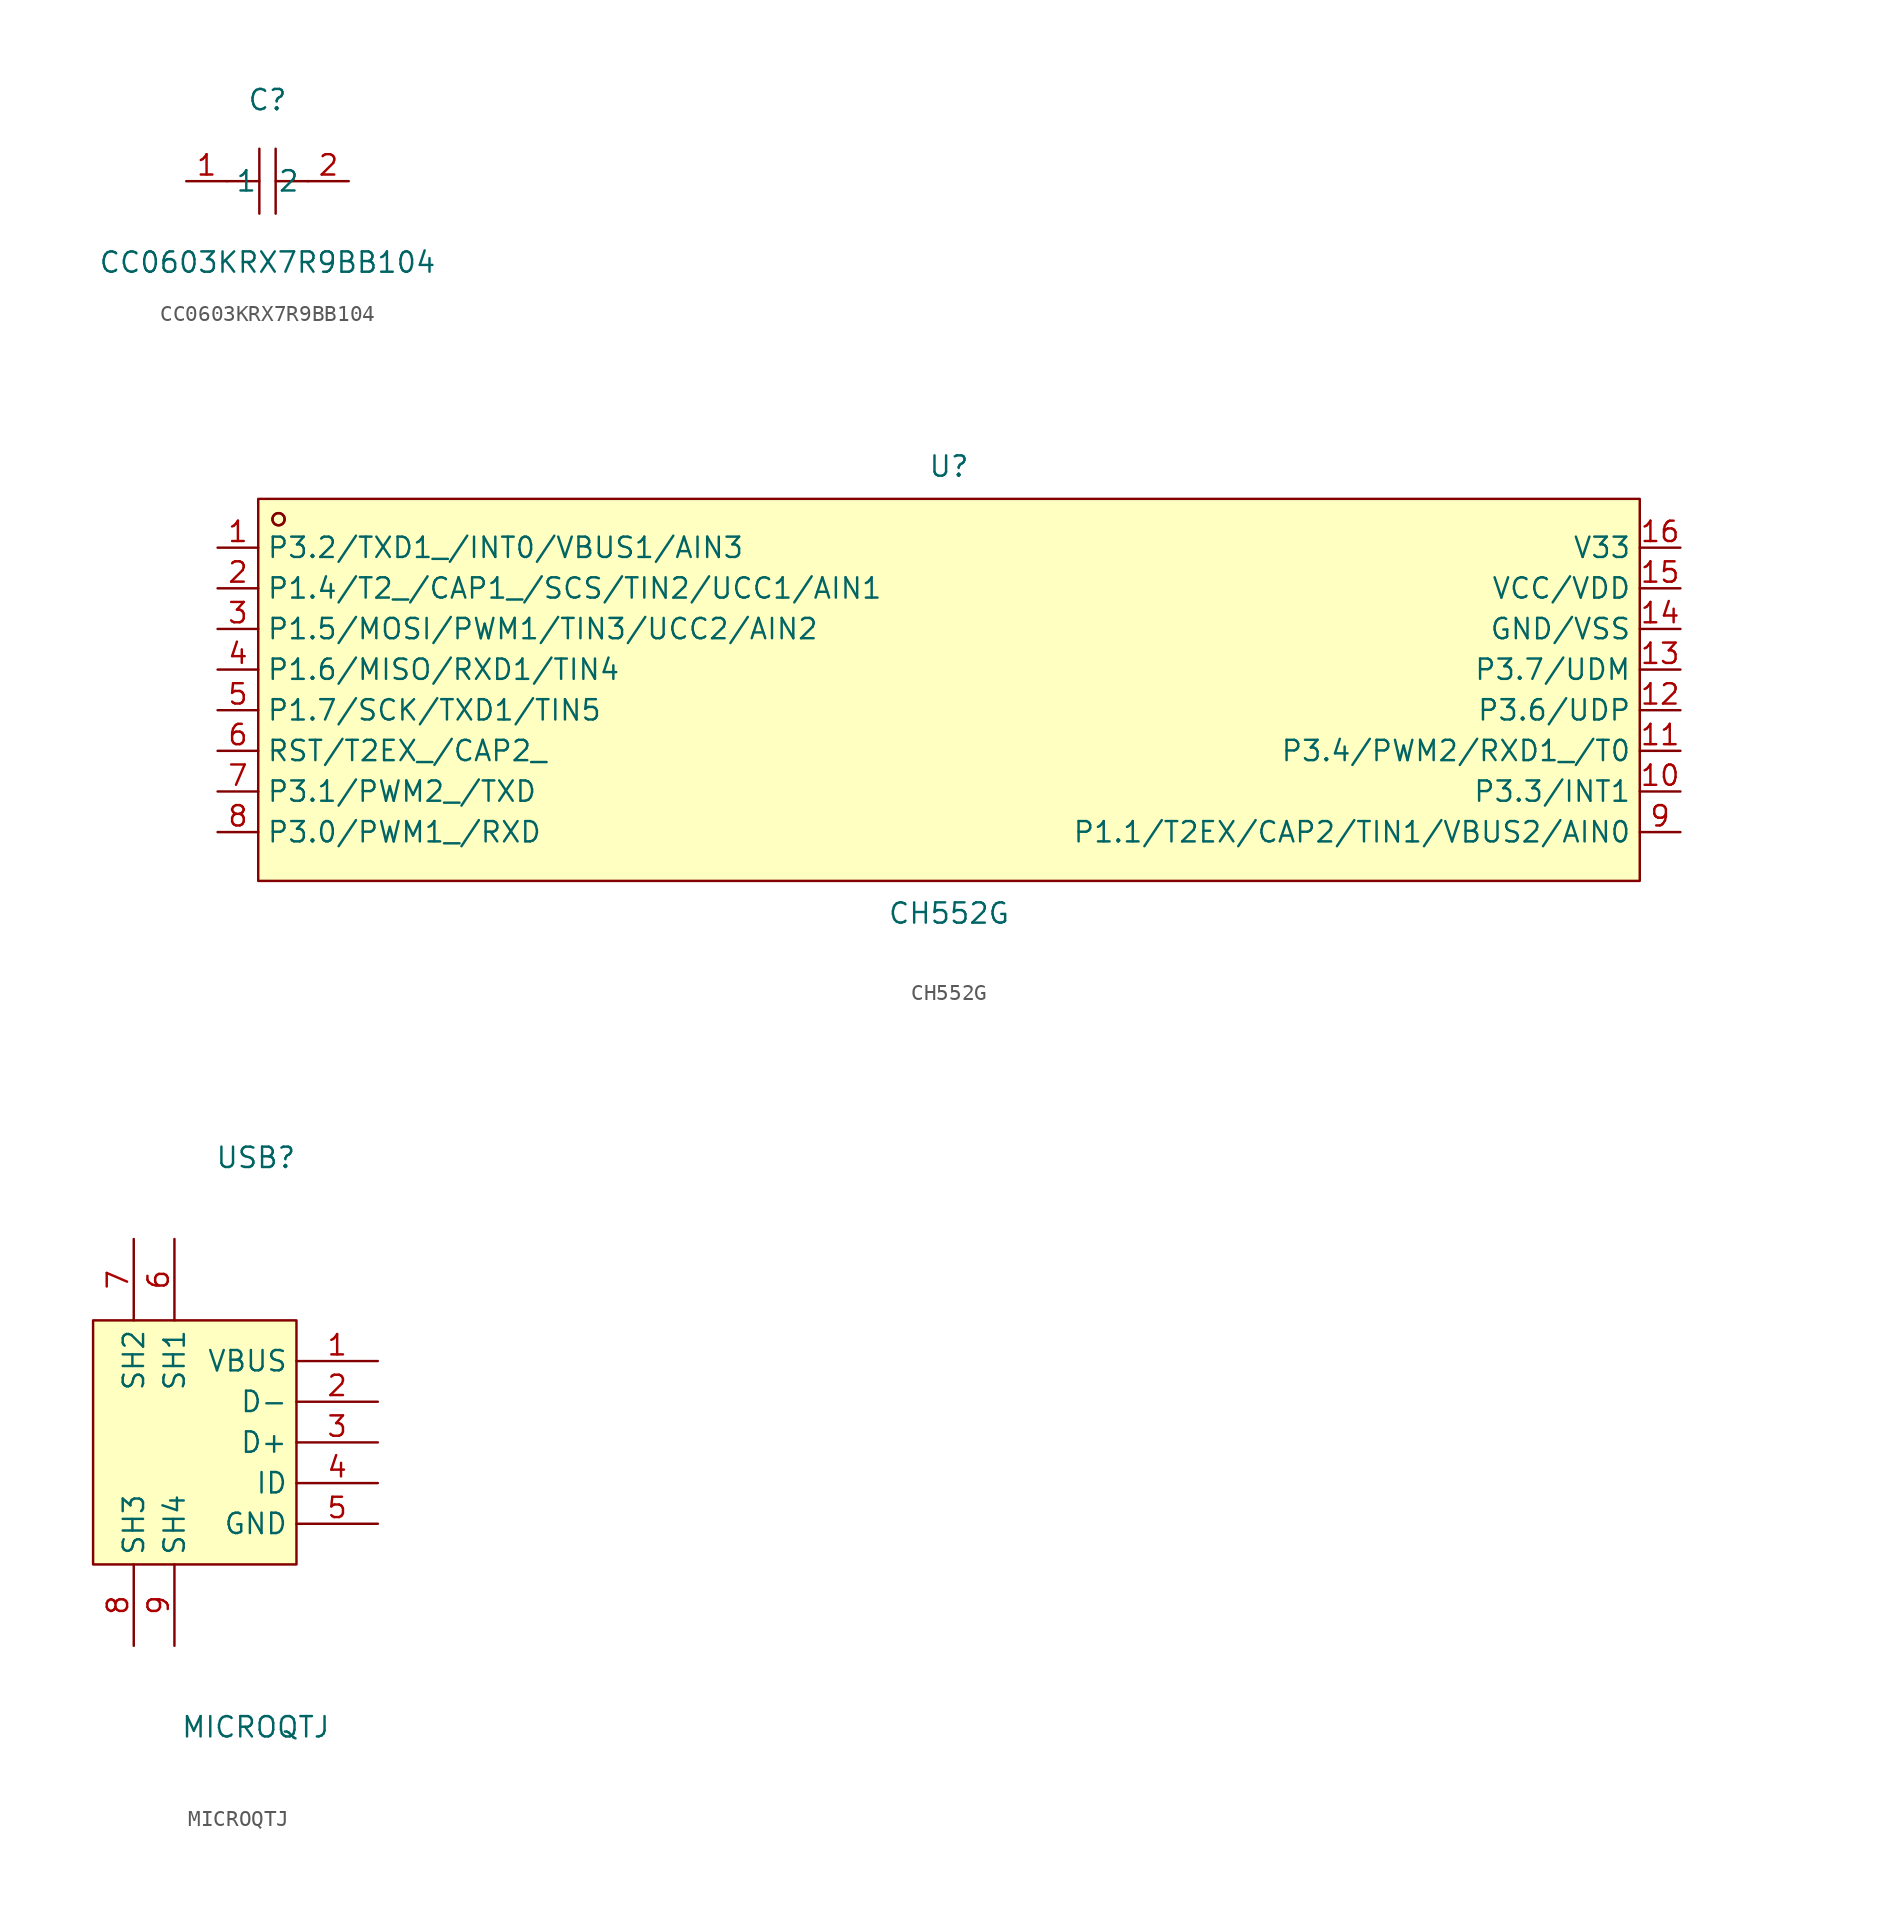
<source format=kicad_sym>
(kicad_symbol_lib
  (version 20211014)
  (generator https://github.com/uPesy/easyeda2kicad.py)
  (symbol "CC0603KRX7R9BB104"
    (property "Reference" "C"
      (at 0 5.08 0)
      (effects (font (size 1.27 1.27))))
    (property "Value" "CC0603KRX7R9BB104"
      (at 0 -5.08 0)
      (effects (font (size 1.27 1.27))))
    (symbol "CC0603KRX7R9BB104_0_1"
      (polyline (pts (xy -0.51 -2.03) (xy -0.51 2.03)) (stroke (width 0) (type default) (color 0 0 0 0)) (fill (type none)))
      (polyline (pts (xy 2.54 -0.00) (xy 0.51 -0.00)) (stroke (width 0) (type default) (color 0 0 0 0)) (fill (type none)))
      (polyline (pts (xy 0.51 2.03) (xy 0.51 -2.03)) (stroke (width 0) (type default) (color 0 0 0 0)) (fill (type none)))
      (polyline (pts (xy -0.51 -0.00) (xy -2.54 -0.00)) (stroke (width 0) (type default) (color 0 0 0 0)) (fill (type none)))
      (pin unspecified line (at -5.08 -0.00 0) (length 2.54) (name "1" (effects (font (size 1.27 1.27)))) (number "1" (effects (font (size 1.27 1.27)))))
      (pin unspecified line (at 5.08 -0.00 180) (length 2.54) (name "2" (effects (font (size 1.27 1.27)))) (number "2" (effects (font (size 1.27 1.27)))))))
  (symbol "CH552G"
    (property "Reference" "U"
      (at 0 13.97 0)
      (effects (font (size 1.27 1.27))))
    (property "Value" "CH552G"
      (at 0 -13.97 0)
      (effects (font (size 1.27 1.27))))
    (symbol "CH552G_0_1"
      (rectangle (start -43.18 11.94) (end 43.18 -11.94) (stroke (width 0) (type default) (color 0 0 0 0)) (fill (type background)))
      (circle (center -41.91 10.67) (radius 0.38) (stroke (width 0) (type default) (color 0 0 0 0)) (fill (type none)))
      (circle (center -41.91 10.67) (radius 0.38) (stroke (width 0) (type default) (color 0 0 0 0)) (fill (type none)))
      (pin unspecified line (at -45.72 8.89 0) (length 2.54) (name "P3.2/TXD1_/INT0/VBUS1/AIN3" (effects (font (size 1.27 1.27)))) (number "1" (effects (font (size 1.27 1.27)))))
      (pin unspecified line (at -45.72 6.35 0) (length 2.54) (name "P1.4/T2_/CAP1_/SCS/TIN2/UCC1/AIN1" (effects (font (size 1.27 1.27)))) (number "2" (effects (font (size 1.27 1.27)))))
      (pin unspecified line (at -45.72 3.81 0) (length 2.54) (name "P1.5/MOSI/PWM1/TIN3/UCC2/AIN2" (effects (font (size 1.27 1.27)))) (number "3" (effects (font (size 1.27 1.27)))))
      (pin unspecified line (at -45.72 1.27 0) (length 2.54) (name "P1.6/MISO/RXD1/TIN4" (effects (font (size 1.27 1.27)))) (number "4" (effects (font (size 1.27 1.27)))))
      (pin unspecified line (at -45.72 -1.27 0) (length 2.54) (name "P1.7/SCK/TXD1/TIN5" (effects (font (size 1.27 1.27)))) (number "5" (effects (font (size 1.27 1.27)))))
      (pin unspecified line (at -45.72 -3.81 0) (length 2.54) (name "RST/T2EX_/CAP2_" (effects (font (size 1.27 1.27)))) (number "6" (effects (font (size 1.27 1.27)))))
      (pin unspecified line (at -45.72 -6.35 0) (length 2.54) (name "P3.1/PWM2_/TXD" (effects (font (size 1.27 1.27)))) (number "7" (effects (font (size 1.27 1.27)))))
      (pin unspecified line (at -45.72 -8.89 0) (length 2.54) (name "P3.0/PWM1_/RXD" (effects (font (size 1.27 1.27)))) (number "8" (effects (font (size 1.27 1.27)))))
      (pin unspecified line (at 45.72 -8.89 180) (length 2.54) (name "P1.1/T2EX/CAP2/TIN1/VBUS2/AIN0" (effects (font (size 1.27 1.27)))) (number "9" (effects (font (size 1.27 1.27)))))
      (pin unspecified line (at 45.72 -6.35 180) (length 2.54) (name "P3.3/INT1" (effects (font (size 1.27 1.27)))) (number "10" (effects (font (size 1.27 1.27)))))
      (pin unspecified line (at 45.72 -3.81 180) (length 2.54) (name "P3.4/PWM2/RXD1_/T0" (effects (font (size 1.27 1.27)))) (number "11" (effects (font (size 1.27 1.27)))))
      (pin unspecified line (at 45.72 -1.27 180) (length 2.54) (name "P3.6/UDP" (effects (font (size 1.27 1.27)))) (number "12" (effects (font (size 1.27 1.27)))))
      (pin unspecified line (at 45.72 1.27 180) (length 2.54) (name "P3.7/UDM" (effects (font (size 1.27 1.27)))) (number "13" (effects (font (size 1.27 1.27)))))
      (pin unspecified line (at 45.72 3.81 180) (length 2.54) (name "GND/VSS" (effects (font (size 1.27 1.27)))) (number "14" (effects (font (size 1.27 1.27)))))
      (pin unspecified line (at 45.72 6.35 180) (length 2.54) (name "VCC/VDD" (effects (font (size 1.27 1.27)))) (number "15" (effects (font (size 1.27 1.27)))))
      (pin unspecified line (at 45.72 8.89 180) (length 2.54) (name "V33" (effects (font (size 1.27 1.27)))) (number "16" (effects (font (size 1.27 1.27)))))))
  (symbol "MICROQTJ"
    (property "Reference" "USB"
      (at 0 17.78 0)
      (effects (font (size 1.27 1.27))))
    (property "Value" "MICROQTJ"
      (at 0 -17.78 0)
      (effects (font (size 1.27 1.27))))
    (symbol "MICROQTJ_0_1"
      (rectangle (start -10.16 7.62) (end 2.54 -7.62) (stroke (width 0) (type default) (color 0 0 0 0)) (fill (type background)))
      (pin unspecified line (at 7.62 5.08 180) (length 5.08) (name "VBUS" (effects (font (size 1.27 1.27)))) (number "1" (effects (font (size 1.27 1.27)))))
      (pin unspecified line (at 7.62 2.54 180) (length 5.08) (name "D-" (effects (font (size 1.27 1.27)))) (number "2" (effects (font (size 1.27 1.27)))))
      (pin unspecified line (at 7.62 -0.00 180) (length 5.08) (name "D+" (effects (font (size 1.27 1.27)))) (number "3" (effects (font (size 1.27 1.27)))))
      (pin unspecified line (at 7.62 -2.54 180) (length 5.08) (name "ID" (effects (font (size 1.27 1.27)))) (number "4" (effects (font (size 1.27 1.27)))))
      (pin unspecified line (at 7.62 -5.08 180) (length 5.08) (name "GND" (effects (font (size 1.27 1.27)))) (number "5" (effects (font (size 1.27 1.27)))))
      (pin unspecified line (at -5.08 12.70 270) (length 5.08) (name "SH1" (effects (font (size 1.27 1.27)))) (number "6" (effects (font (size 1.27 1.27)))))
      (pin unspecified line (at -7.62 12.70 270) (length 5.08) (name "SH2" (effects (font (size 1.27 1.27)))) (number "7" (effects (font (size 1.27 1.27)))))
      (pin unspecified line (at -7.62 -12.70 90) (length 5.08) (name "SH3" (effects (font (size 1.27 1.27)))) (number "8" (effects (font (size 1.27 1.27)))))
      (pin unspecified line (at -5.08 -12.70 90) (length 5.08) (name "SH4" (effects (font (size 1.27 1.27)))) (number "9" (effects (font (size 1.27 1.27))))))))
</source>
